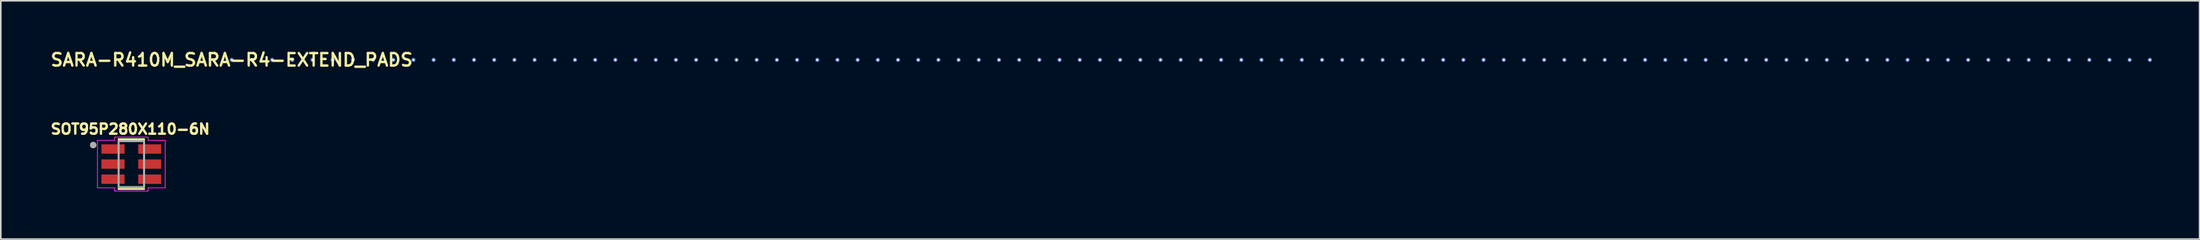
<source format=kicad_pcb>
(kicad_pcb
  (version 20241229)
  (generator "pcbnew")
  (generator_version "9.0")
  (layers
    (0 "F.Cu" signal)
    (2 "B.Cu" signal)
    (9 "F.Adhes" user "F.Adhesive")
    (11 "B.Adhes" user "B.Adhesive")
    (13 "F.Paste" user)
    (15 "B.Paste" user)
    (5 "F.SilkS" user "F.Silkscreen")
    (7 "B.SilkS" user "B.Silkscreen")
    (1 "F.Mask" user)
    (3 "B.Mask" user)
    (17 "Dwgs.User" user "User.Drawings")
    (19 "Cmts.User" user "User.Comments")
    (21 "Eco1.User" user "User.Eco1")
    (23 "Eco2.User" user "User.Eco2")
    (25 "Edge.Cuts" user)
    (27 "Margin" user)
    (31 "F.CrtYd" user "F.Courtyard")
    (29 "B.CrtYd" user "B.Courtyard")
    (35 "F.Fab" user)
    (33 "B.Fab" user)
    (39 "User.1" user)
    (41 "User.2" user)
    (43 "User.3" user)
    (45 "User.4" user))
  (footprint "SARA-R410M_SARA-R4-EXTEND_PADS"
    (layer "F.Cu")
    (at 11.526 0.724)
    (property "Reference" "SARA-R410M_SARA-R4-EXTEND_PADS" (at 0 0 0) (layer "F.SilkS") (effects (font (size 0.787 0.787) (thickness 0.15))))
    (attr through_hole)
    (pad "1" thru_hole circle (at 120.65 0) (size 0.254 0.254) (drill 0.127) (layers "*.Cu" "*.Mask"))
    (pad "2" thru_hole circle (at 119.38 0) (size 0.254 0.254) (drill 0.127) (layers "*.Cu" "*.Mask"))
    (pad "3" thru_hole circle (at 118.11 0) (size 0.254 0.254) (drill 0.127) (layers "*.Cu" "*.Mask"))
    (pad "4" thru_hole circle (at 116.84 0) (size 0.254 0.254) (drill 0.127) (layers "*.Cu" "*.Mask"))
    (pad "5" thru_hole circle (at 115.57 0) (size 0.254 0.254) (drill 0.127) (layers "*.Cu" "*.Mask"))
    (pad "6" thru_hole circle (at 114.3 0) (size 0.254 0.254) (drill 0.127) (layers "*.Cu" "*.Mask"))
    (pad "7" thru_hole circle (at 113.03 0) (size 0.254 0.254) (drill 0.127) (layers "*.Cu" "*.Mask"))
    (pad "8" thru_hole circle (at 111.76 0) (size 0.254 0.254) (drill 0.127) (layers "*.Cu" "*.Mask"))
    (pad "9" thru_hole circle (at 110.49 0) (size 0.254 0.254) (drill 0.127) (layers "*.Cu" "*.Mask"))
    (pad "10" thru_hole circle (at 109.22 0) (size 0.254 0.254) (drill 0.127) (layers "*.Cu" "*.Mask"))
    (pad "11" thru_hole circle (at 107.95 0) (size 0.254 0.254) (drill 0.127) (layers "*.Cu" "*.Mask"))
    (pad "12" thru_hole circle (at 106.68 0) (size 0.254 0.254) (drill 0.127) (layers "*.Cu" "*.Mask"))
    (pad "13" thru_hole circle (at 105.41 0) (size 0.254 0.254) (drill 0.127) (layers "*.Cu" "*.Mask"))
    (pad "14" thru_hole circle (at 104.14 0) (size 0.254 0.254) (drill 0.127) (layers "*.Cu" "*.Mask"))
    (pad "15" thru_hole circle (at 102.87 0) (size 0.254 0.254) (drill 0.127) (layers "*.Cu" "*.Mask"))
    (pad "16" thru_hole circle (at 101.6 0) (size 0.254 0.254) (drill 0.127) (layers "*.Cu" "*.Mask"))
    (pad "17" thru_hole circle (at 100.33 0) (size 0.254 0.254) (drill 0.127) (layers "*.Cu" "*.Mask"))
    (pad "18" thru_hole circle (at 99.06 0) (size 0.254 0.254) (drill 0.127) (layers "*.Cu" "*.Mask"))
    (pad "19" thru_hole circle (at 97.79 0) (size 0.254 0.254) (drill 0.127) (layers "*.Cu" "*.Mask"))
    (pad "20" thru_hole circle (at 96.52 0) (size 0.254 0.254) (drill 0.127) (layers "*.Cu" "*.Mask"))
    (pad "21" thru_hole circle (at 95.25 0) (size 0.254 0.254) (drill 0.127) (layers "*.Cu" "*.Mask"))
    (pad "22" thru_hole circle (at 93.98 0) (size 0.254 0.254) (drill 0.127) (layers "*.Cu" "*.Mask"))
    (pad "23" thru_hole circle (at 92.71 0) (size 0.254 0.254) (drill 0.127) (layers "*.Cu" "*.Mask"))
    (pad "24" thru_hole circle (at 91.44 0) (size 0.254 0.254) (drill 0.127) (layers "*.Cu" "*.Mask"))
    (pad "25" thru_hole circle (at 90.17 0) (size 0.254 0.254) (drill 0.127) (layers "*.Cu" "*.Mask"))
    (pad "26" thru_hole circle (at 88.9 0) (size 0.254 0.254) (drill 0.127) (layers "*.Cu" "*.Mask"))
    (pad "27" thru_hole circle (at 87.63 0) (size 0.254 0.254) (drill 0.127) (layers "*.Cu" "*.Mask"))
    (pad "28" thru_hole circle (at 86.36 0) (size 0.254 0.254) (drill 0.127) (layers "*.Cu" "*.Mask"))
    (pad "29" thru_hole circle (at 85.09 0) (size 0.254 0.254) (drill 0.127) (layers "*.Cu" "*.Mask"))
    (pad "30" thru_hole circle (at 83.82 0) (size 0.254 0.254) (drill 0.127) (layers "*.Cu" "*.Mask"))
    (pad "31" thru_hole circle (at 82.55 0) (size 0.254 0.254) (drill 0.127) (layers "*.Cu" "*.Mask"))
    (pad "32" thru_hole circle (at 81.28 0) (size 0.254 0.254) (drill 0.127) (layers "*.Cu" "*.Mask"))
    (pad "33" thru_hole circle (at 80.01 0) (size 0.254 0.254) (drill 0.127) (layers "*.Cu" "*.Mask"))
    (pad "34" thru_hole circle (at 78.74 0) (size 0.254 0.254) (drill 0.127) (layers "*.Cu" "*.Mask"))
    (pad "35" thru_hole circle (at 77.47 0) (size 0.254 0.254) (drill 0.127) (layers "*.Cu" "*.Mask"))
    (pad "36" thru_hole circle (at 76.2 0) (size 0.254 0.254) (drill 0.127) (layers "*.Cu" "*.Mask"))
    (pad "37" thru_hole circle (at 74.93 0) (size 0.254 0.254) (drill 0.127) (layers "*.Cu" "*.Mask"))
    (pad "38" thru_hole circle (at 73.66 0) (size 0.254 0.254) (drill 0.127) (layers "*.Cu" "*.Mask"))
    (pad "39" thru_hole circle (at 72.39 0) (size 0.254 0.254) (drill 0.127) (layers "*.Cu" "*.Mask"))
    (pad "40" thru_hole circle (at 71.12 0) (size 0.254 0.254) (drill 0.127) (layers "*.Cu" "*.Mask"))
    (pad "41" thru_hole circle (at 69.85 0) (size 0.254 0.254) (drill 0.127) (layers "*.Cu" "*.Mask"))
    (pad "42" thru_hole circle (at 68.58 0) (size 0.254 0.254) (drill 0.127) (layers "*.Cu" "*.Mask"))
    (pad "43" thru_hole circle (at 67.31 0) (size 0.254 0.254) (drill 0.127) (layers "*.Cu" "*.Mask"))
    (pad "44" thru_hole circle (at 66.04 0) (size 0.254 0.254) (drill 0.127) (layers "*.Cu" "*.Mask"))
    (pad "45" thru_hole circle (at 64.77 0) (size 0.254 0.254) (drill 0.127) (layers "*.Cu" "*.Mask"))
    (pad "46" thru_hole circle (at 63.5 0) (size 0.254 0.254) (drill 0.127) (layers "*.Cu" "*.Mask"))
    (pad "47" thru_hole circle (at 62.23 0) (size 0.254 0.254) (drill 0.127) (layers "*.Cu" "*.Mask"))
    (pad "48" thru_hole circle (at 60.96 0) (size 0.254 0.254) (drill 0.127) (layers "*.Cu" "*.Mask"))
    (pad "49" thru_hole circle (at 59.69 0) (size 0.254 0.254) (drill 0.127) (layers "*.Cu" "*.Mask"))
    (pad "50" thru_hole circle (at 58.42 0) (size 0.254 0.254) (drill 0.127) (layers "*.Cu" "*.Mask"))
    (pad "51" thru_hole circle (at 57.15 0) (size 0.254 0.254) (drill 0.127) (layers "*.Cu" "*.Mask"))
    (pad "52" thru_hole circle (at 55.88 0) (size 0.254 0.254) (drill 0.127) (layers "*.Cu" "*.Mask"))
    (pad "53" thru_hole circle (at 54.61 0) (size 0.254 0.254) (drill 0.127) (layers "*.Cu" "*.Mask"))
    (pad "54" thru_hole circle (at 53.34 0) (size 0.254 0.254) (drill 0.127) (layers "*.Cu" "*.Mask"))
    (pad "55" thru_hole circle (at 52.07 0) (size 0.254 0.254) (drill 0.127) (layers "*.Cu" "*.Mask"))
    (pad "56" thru_hole circle (at 50.8 0) (size 0.254 0.254) (drill 0.127) (layers "*.Cu" "*.Mask"))
    (pad "57" thru_hole circle (at 49.53 0) (size 0.254 0.254) (drill 0.127) (layers "*.Cu" "*.Mask"))
    (pad "58" thru_hole circle (at 48.26 0) (size 0.254 0.254) (drill 0.127) (layers "*.Cu" "*.Mask"))
    (pad "59" thru_hole circle (at 46.99 0) (size 0.254 0.254) (drill 0.127) (layers "*.Cu" "*.Mask"))
    (pad "60" thru_hole circle (at 45.72 0) (size 0.254 0.254) (drill 0.127) (layers "*.Cu" "*.Mask"))
    (pad "61" thru_hole circle (at 44.45 0) (size 0.254 0.254) (drill 0.127) (layers "*.Cu" "*.Mask"))
    (pad "62" thru_hole circle (at 43.18 0) (size 0.254 0.254) (drill 0.127) (layers "*.Cu" "*.Mask"))
    (pad "63" thru_hole circle (at 41.91 0) (size 0.254 0.254) (drill 0.127) (layers "*.Cu" "*.Mask"))
    (pad "64" thru_hole circle (at 40.64 0) (size 0.254 0.254) (drill 0.127) (layers "*.Cu" "*.Mask"))
    (pad "65" thru_hole circle (at 39.37 0) (size 0.254 0.254) (drill 0.127) (layers "*.Cu" "*.Mask"))
    (pad "66" thru_hole circle (at 38.1 0) (size 0.254 0.254) (drill 0.127) (layers "*.Cu" "*.Mask"))
    (pad "67" thru_hole circle (at 36.83 0) (size 0.254 0.254) (drill 0.127) (layers "*.Cu" "*.Mask"))
    (pad "68" thru_hole circle (at 35.56 0) (size 0.254 0.254) (drill 0.127) (layers "*.Cu" "*.Mask"))
    (pad "69" thru_hole circle (at 34.29 0) (size 0.254 0.254) (drill 0.127) (layers "*.Cu" "*.Mask"))
    (pad "70" thru_hole circle (at 33.02 0) (size 0.254 0.254) (drill 0.127) (layers "*.Cu" "*.Mask"))
    (pad "71" thru_hole circle (at 31.75 0) (size 0.254 0.254) (drill 0.127) (layers "*.Cu" "*.Mask"))
    (pad "72" thru_hole circle (at 30.48 0) (size 0.254 0.254) (drill 0.127) (layers "*.Cu" "*.Mask"))
    (pad "73" thru_hole circle (at 29.21 0) (size 0.254 0.254) (drill 0.127) (layers "*.Cu" "*.Mask"))
    (pad "74" thru_hole circle (at 27.94 0) (size 0.254 0.254) (drill 0.127) (layers "*.Cu" "*.Mask"))
    (pad "75" thru_hole circle (at 26.67 0) (size 0.254 0.254) (drill 0.127) (layers "*.Cu" "*.Mask"))
    (pad "76" thru_hole circle (at 25.4 0) (size 0.254 0.254) (drill 0.127) (layers "*.Cu" "*.Mask"))
    (pad "77" thru_hole circle (at 24.13 0) (size 0.254 0.254) (drill 0.127) (layers "*.Cu" "*.Mask"))
    (pad "78" thru_hole circle (at 22.86 0) (size 0.254 0.254) (drill 0.127) (layers "*.Cu" "*.Mask"))
    (pad "79" thru_hole circle (at 21.59 0) (size 0.254 0.254) (drill 0.127) (layers "*.Cu" "*.Mask"))
    (pad "80" thru_hole circle (at 20.32 0) (size 0.254 0.254) (drill 0.127) (layers "*.Cu" "*.Mask"))
    (pad "81" thru_hole circle (at 19.05 0) (size 0.254 0.254) (drill 0.127) (layers "*.Cu" "*.Mask"))
    (pad "82" thru_hole circle (at 17.78 0) (size 0.254 0.254) (drill 0.127) (layers "*.Cu" "*.Mask"))
    (pad "83" thru_hole circle (at 16.51 0) (size 0.254 0.254) (drill 0.127) (layers "*.Cu" "*.Mask"))
    (pad "84" thru_hole circle (at 15.24 0) (size 0.254 0.254) (drill 0.127) (layers "*.Cu" "*.Mask"))
    (pad "85" thru_hole circle (at 13.97 0) (size 0.254 0.254) (drill 0.127) (layers "*.Cu" "*.Mask"))
    (pad "86" thru_hole circle (at 12.7 0) (size 0.254 0.254) (drill 0.127) (layers "*.Cu" "*.Mask"))
    (pad "87" thru_hole circle (at 11.43 0) (size 0.254 0.254) (drill 0.127) (layers "*.Cu" "*.Mask"))
    (pad "88" thru_hole circle (at 10.16 0) (size 0.254 0.254) (drill 0.127) (layers "*.Cu" "*.Mask"))
    (pad "89" thru_hole circle (at 8.89 0) (size 0.254 0.254) (drill 0.127) (layers "*.Cu" "*.Mask"))
    (pad "90" thru_hole circle (at 7.62 0) (size 0.254 0.254) (drill 0.127) (layers "*.Cu" "*.Mask"))
    (pad "91" thru_hole circle (at 6.35 0) (size 0.254 0.254) (drill 0.127) (layers "*.Cu" "*.Mask"))
    (pad "92" thru_hole circle (at 5.08 0) (size 0.254 0.254) (drill 0.127) (layers "*.Cu" "*.Mask"))
    (pad "93" thru_hole circle (at 3.81 0) (size 0.254 0.254) (drill 0.127) (layers "*.Cu" "*.Mask"))
    (pad "94" thru_hole circle (at 2.54 0) (size 0.254 0.254) (drill 0.127) (layers "*.Cu" "*.Mask"))
    (pad "95" thru_hole circle (at 1.27 0) (size 0.254 0.254) (drill 0.127) (layers "*.Cu" "*.Mask"))
    (pad "96" thru_hole circle (at 0 0) (size 0.254 0.254) (drill 0.127) (layers "*.Cu" "*.Mask")))
  (footprint "SOT95P280X110-6N"
    (layer "F.Cu")
    (at 5.212 7.292)
    (property "Reference" "SOT95P280X110-6N" (at -0.068 -2.206 0) (layer "F.SilkS") (effects (font (size 0.64 0.64) (thickness 0.15))))
    (attr through_hole)
    (fp_line (start -0.8 -1.565) (end 0.8 -1.565) (stroke (width 0.127) (type solid)) (layer "F.SilkS"))
    (fp_line (start -0.8 1.565) (end 0.8 1.565) (stroke (width 0.127) (type solid)) (layer "F.SilkS"))
    (fp_circle (center -2.4 -1.2) (end -2.3 -1.2) (stroke (width 0.2) (type solid)) (fill no) (layer "F.SilkS"))
    (fp_line (start -2.13 -1.495) (end -2.13 1.495) (stroke (width 0.05) (type solid)) (layer "F.CrtYd"))
    (fp_line (start -2.13 1.495) (end -1.05 1.495) (stroke (width 0.05) (type solid)) (layer "F.CrtYd"))
    (fp_line (start -1.05 -1.7) (end -1.05 -1.495) (stroke (width 0.05) (type solid)) (layer "F.CrtYd"))
    (fp_line (start -1.05 -1.495) (end -2.13 -1.495) (stroke (width 0.05) (type solid)) (layer "F.CrtYd"))
    (fp_line (start -1.05 1.495) (end -1.05 1.7) (stroke (width 0.05) (type solid)) (layer "F.CrtYd"))
    (fp_line (start -1.05 1.7) (end 1.05 1.7) (stroke (width 0.05) (type solid)) (layer "F.CrtYd"))
    (fp_line (start 1.05 -1.7) (end -1.05 -1.7) (stroke (width 0.05) (type solid)) (layer "F.CrtYd"))
    (fp_line (start 1.05 -1.495) (end 1.05 -1.7) (stroke (width 0.05) (type solid)) (layer "F.CrtYd"))
    (fp_line (start 1.05 1.495) (end 2.13 1.495) (stroke (width 0.05) (type solid)) (layer "F.CrtYd"))
    (fp_line (start 1.05 1.7) (end 1.05 1.495) (stroke (width 0.05) (type solid)) (layer "F.CrtYd"))
    (fp_line (start 2.13 -1.495) (end 1.05 -1.495) (stroke (width 0.05) (type solid)) (layer "F.CrtYd"))
    (fp_line (start 2.13 1.495) (end 2.13 -1.495) (stroke (width 0.05) (type solid)) (layer "F.CrtYd"))
    (fp_line (start -0.8 -1.45) (end -0.8 1.45) (stroke (width 0.127) (type solid)) (layer "F.Fab"))
    (fp_line (start -0.8 1.45) (end 0.8 1.45) (stroke (width 0.127) (type solid)) (layer "F.Fab"))
    (fp_line (start 0.8 -1.45) (end -0.8 -1.45) (stroke (width 0.127) (type solid)) (layer "F.Fab"))
    (fp_line (start 0.8 1.45) (end 0.8 -1.45) (stroke (width 0.127) (type solid)) (layer "F.Fab"))
    (fp_circle (center -2.4 -1.2) (end -2.3 -1.2) (stroke (width 0.2) (type solid)) (fill no) (layer "F.Fab"))
    (pad "1" smd rect (at -1.155 -0.95) (size 1.45 0.59) (layers "F.Cu" "F.Mask" "F.Paste"))
    (pad "2" smd rect (at -1.155 0) (size 1.45 0.59) (layers "F.Cu" "F.Mask" "F.Paste"))
    (pad "3" smd rect (at -1.155 0.95) (size 1.45 0.59) (layers "F.Cu" "F.Mask" "F.Paste"))
    (pad "4" smd rect (at 1.155 0.95) (size 1.45 0.59) (layers "F.Cu" "F.Mask" "F.Paste"))
    (pad "5" smd rect (at 1.155 0) (size 1.45 0.59) (layers "F.Cu" "F.Mask" "F.Paste"))
    (pad "6" smd rect (at 1.155 -0.95) (size 1.45 0.59) (layers "F.Cu" "F.Mask" "F.Paste")))
  (gr_rect
    (start -3 -3)
    (end 135.303 12.017)
    (stroke (width 0.1) (type default))
    (fill no)
    (layer "Edge.Cuts")))
</source>
